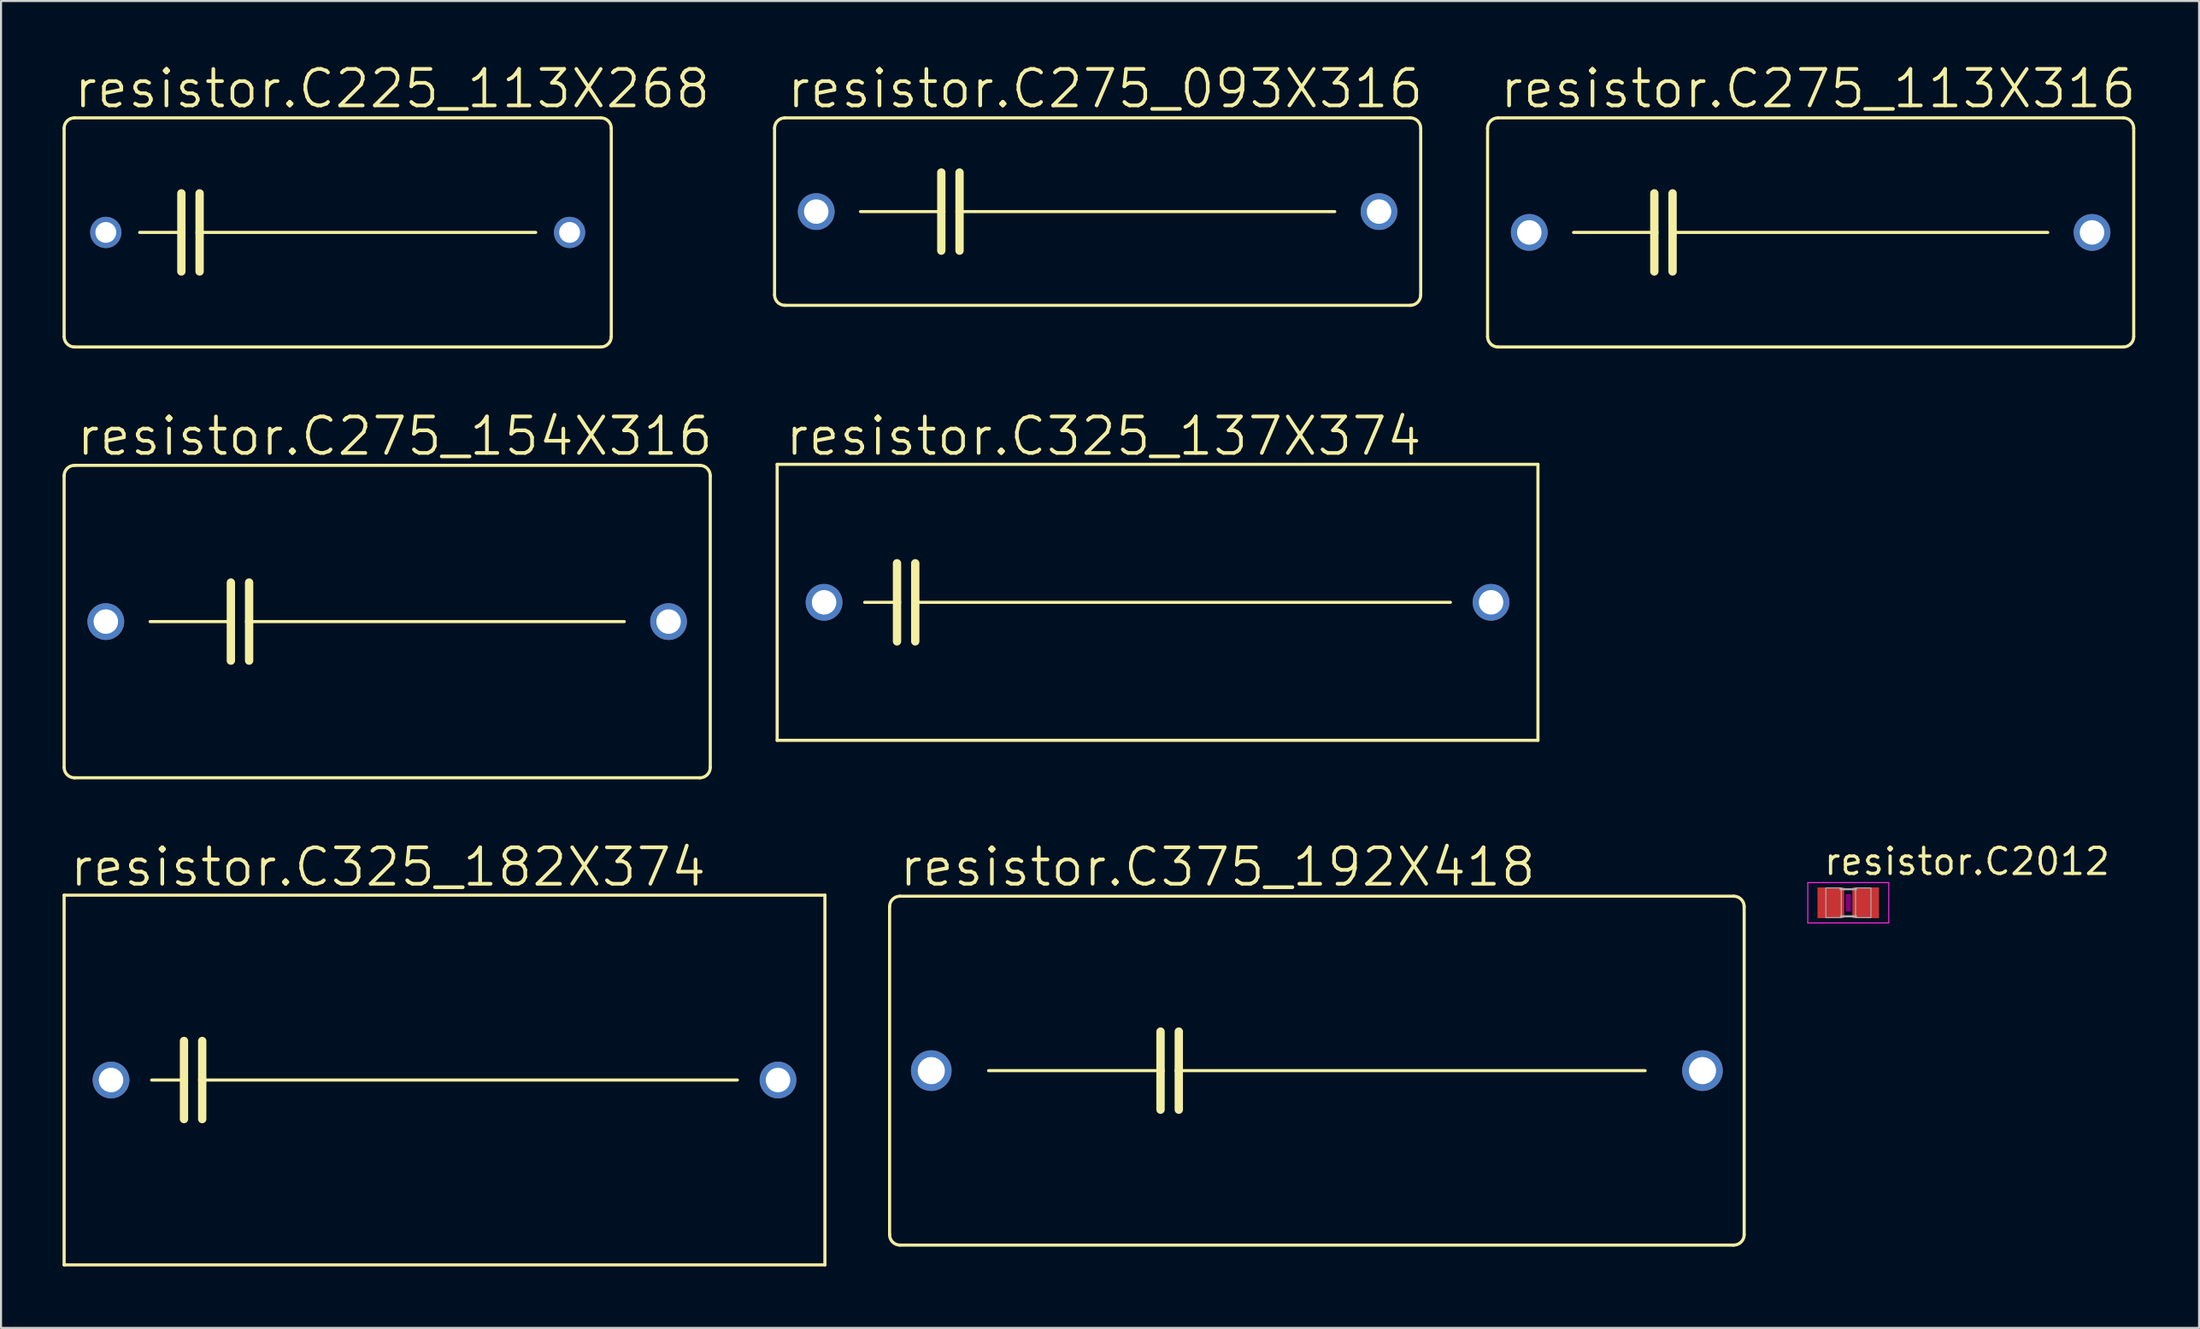
<source format=kicad_pcb>
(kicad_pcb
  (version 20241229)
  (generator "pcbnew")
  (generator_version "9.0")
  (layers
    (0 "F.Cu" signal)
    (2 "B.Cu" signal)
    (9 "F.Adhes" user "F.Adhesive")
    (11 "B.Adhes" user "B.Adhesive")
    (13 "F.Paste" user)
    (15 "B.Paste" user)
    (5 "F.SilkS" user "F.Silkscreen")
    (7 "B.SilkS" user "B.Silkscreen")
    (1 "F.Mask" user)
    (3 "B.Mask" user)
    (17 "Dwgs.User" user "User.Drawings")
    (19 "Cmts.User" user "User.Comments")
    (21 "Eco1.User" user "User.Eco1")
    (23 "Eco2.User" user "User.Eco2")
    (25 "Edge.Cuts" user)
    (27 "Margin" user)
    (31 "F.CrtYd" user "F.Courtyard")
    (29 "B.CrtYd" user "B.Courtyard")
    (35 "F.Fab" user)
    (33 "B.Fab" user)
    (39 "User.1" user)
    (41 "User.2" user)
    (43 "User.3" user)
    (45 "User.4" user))
  (footprint "resistor.C325_182X374"
    (layer "F.Cu")
    (at 18.618 49.632)
    (property "Reference" "resistor.C325_182X374" (at -18.364 -9.347 0) (layer "F.SilkS") (effects (font (size 1.778 1.778) (thickness 0.18)) (justify left bottom)))
    (attr through_hole)
    (fp_line (start -18.542 -9.017) (end -18.542 9.017) (stroke (width 0.152) (type default)) (layer "F.SilkS"))
    (fp_line (start -18.542 9.017) (end 18.542 9.017) (stroke (width 0.152) (type default)) (layer "F.SilkS"))
    (fp_line (start -14.275 0) (end -12.7 0) (stroke (width 0.152) (type default)) (layer "F.SilkS"))
    (fp_line (start -12.7 -1.905) (end -12.7 0) (stroke (width 0.406) (type default)) (layer "F.SilkS"))
    (fp_line (start -12.7 0) (end -12.7 1.905) (stroke (width 0.406) (type default)) (layer "F.SilkS"))
    (fp_line (start -11.811 -1.905) (end -11.811 0) (stroke (width 0.406) (type default)) (layer "F.SilkS"))
    (fp_line (start -11.811 0) (end -11.811 1.905) (stroke (width 0.406) (type default)) (layer "F.SilkS"))
    (fp_line (start -11.811 0) (end 14.275 0) (stroke (width 0.152) (type default)) (layer "F.SilkS"))
    (fp_line (start 18.542 -9.017) (end -18.542 -9.017) (stroke (width 0.152) (type default)) (layer "F.SilkS"))
    (fp_line (start 18.542 -9.017) (end 18.542 9.017) (stroke (width 0.152) (type default)) (layer "F.SilkS"))
    (pad "1" thru_hole circle (at -16.256 0) (size 1.791 1.791) (drill 1.194) (layers "*.Cu" "*.Mask"))
    (pad "2" thru_hole circle (at 16.256 0) (size 1.791 1.791) (drill 1.194) (layers "*.Cu" "*.Mask")))
  (footprint "resistor.C325_137X374"
    (layer "F.Cu")
    (at 53.375 26.33)
    (property "Reference" "resistor.C325_137X374" (at -18.237 -7.061 0) (layer "F.SilkS") (effects (font (size 1.778 1.778) (thickness 0.18)) (justify left bottom)))
    (attr through_hole)
    (fp_line (start -18.542 -6.731) (end -18.542 6.731) (stroke (width 0.152) (type default)) (layer "F.SilkS"))
    (fp_line (start -18.542 6.731) (end 18.542 6.731) (stroke (width 0.152) (type default)) (layer "F.SilkS"))
    (fp_line (start -14.275 0) (end -12.7 0) (stroke (width 0.152) (type default)) (layer "F.SilkS"))
    (fp_line (start -12.7 -1.905) (end -12.7 0) (stroke (width 0.406) (type default)) (layer "F.SilkS"))
    (fp_line (start -12.7 0) (end -12.7 1.905) (stroke (width 0.406) (type default)) (layer "F.SilkS"))
    (fp_line (start -11.811 -1.905) (end -11.811 0) (stroke (width 0.406) (type default)) (layer "F.SilkS"))
    (fp_line (start -11.811 0) (end -11.811 1.905) (stroke (width 0.406) (type default)) (layer "F.SilkS"))
    (fp_line (start -11.811 0) (end 14.275 0) (stroke (width 0.152) (type default)) (layer "F.SilkS"))
    (fp_line (start 18.542 -6.731) (end -18.542 -6.731) (stroke (width 0.152) (type default)) (layer "F.SilkS"))
    (fp_line (start 18.542 -6.731) (end 18.542 6.731) (stroke (width 0.152) (type default)) (layer "F.SilkS"))
    (pad "1" thru_hole circle (at -16.256 0) (size 1.791 1.791) (drill 1.194) (layers "*.Cu" "*.Mask"))
    (pad "2" thru_hole circle (at 16.256 0) (size 1.791 1.791) (drill 1.194) (layers "*.Cu" "*.Mask")))
  (footprint "resistor.C225_113X268"
    (layer "F.Cu")
    (at 13.411 8.287)
    (property "Reference" "resistor.C225_113X268" (at -12.954 -5.969 0) (layer "F.SilkS") (effects (font (size 1.778 1.778) (thickness 0.18)) (justify left bottom)))
    (attr through_hole)
    (fp_line (start -13.335 5.08) (end -13.335 -5.08) (stroke (width 0.152) (type default)) (layer "F.SilkS"))
    (fp_line (start -12.827 -5.588) (end 12.827 -5.588) (stroke (width 0.152) (type default)) (layer "F.SilkS"))
    (fp_line (start -9.652 0) (end -7.62 0) (stroke (width 0.152) (type default)) (layer "F.SilkS"))
    (fp_line (start -7.62 -1.905) (end -7.62 0) (stroke (width 0.406) (type default)) (layer "F.SilkS"))
    (fp_line (start -7.62 0) (end -7.62 1.905) (stroke (width 0.406) (type default)) (layer "F.SilkS"))
    (fp_line (start -6.731 -1.905) (end -6.731 0) (stroke (width 0.406) (type default)) (layer "F.SilkS"))
    (fp_line (start -6.731 0) (end -6.731 1.905) (stroke (width 0.406) (type default)) (layer "F.SilkS"))
    (fp_line (start -6.731 0) (end 9.652 0) (stroke (width 0.152) (type default)) (layer "F.SilkS"))
    (fp_line (start 12.827 5.588) (end -12.827 5.588) (stroke (width 0.152) (type default)) (layer "F.SilkS"))
    (fp_line (start 13.335 -5.08) (end 13.335 5.08) (stroke (width 0.152) (type default)) (layer "F.SilkS"))
    (fp_arc (start -13.335 -5.08) (mid -13.18621 -5.43921) (end -12.827 -5.588) (stroke (width 0.1524) (type default)) (layer "F.SilkS"))
    (fp_arc (start -12.827 5.588) (mid -13.18621 5.43921) (end -13.335 5.08) (stroke (width 0.1524) (type default)) (layer "F.SilkS"))
    (fp_arc (start 12.827 -5.588) (mid 13.18621 -5.43921) (end 13.335 -5.08) (stroke (width 0.1524) (type default)) (layer "F.SilkS"))
    (fp_arc (start 13.335 5.08) (mid 13.18621 5.43921) (end 12.827 5.588) (stroke (width 0.1524) (type default)) (layer "F.SilkS"))
    (pad "1" thru_hole circle (at -11.303 0) (size 1.524 1.524) (drill 1.016) (layers "*.Cu" "*.Mask"))
    (pad "2" thru_hole circle (at 11.303 0) (size 1.524 1.524) (drill 1.016) (layers "*.Cu" "*.Mask")))
  (footprint "resistor.C275_154X316"
    (layer "F.Cu")
    (at 15.824 27.27)
    (property "Reference" "resistor.C275_154X316" (at -15.24 -8.001 0) (layer "F.SilkS") (effects (font (size 1.778 1.778) (thickness 0.18)) (justify left bottom)))
    (attr through_hole)
    (fp_line (start -15.748 7.112) (end -15.748 -7.112) (stroke (width 0.152) (type default)) (layer "F.SilkS"))
    (fp_line (start -15.24 -7.62) (end 15.24 -7.62) (stroke (width 0.152) (type default)) (layer "F.SilkS"))
    (fp_line (start -11.557 0) (end -7.62 0) (stroke (width 0.152) (type default)) (layer "F.SilkS"))
    (fp_line (start -7.62 -1.905) (end -7.62 0) (stroke (width 0.406) (type default)) (layer "F.SilkS"))
    (fp_line (start -7.62 0) (end -7.62 1.905) (stroke (width 0.406) (type default)) (layer "F.SilkS"))
    (fp_line (start -6.731 -1.905) (end -6.731 0) (stroke (width 0.406) (type default)) (layer "F.SilkS"))
    (fp_line (start -6.731 0) (end -6.731 1.905) (stroke (width 0.406) (type default)) (layer "F.SilkS"))
    (fp_line (start -6.731 0) (end 11.557 0) (stroke (width 0.152) (type default)) (layer "F.SilkS"))
    (fp_line (start 15.24 7.62) (end -15.24 7.62) (stroke (width 0.152) (type default)) (layer "F.SilkS"))
    (fp_line (start 15.748 -7.112) (end 15.748 7.112) (stroke (width 0.152) (type default)) (layer "F.SilkS"))
    (fp_arc (start -15.748 -7.112) (mid -15.59921 -7.47121) (end -15.24 -7.62) (stroke (width 0.1524) (type default)) (layer "F.SilkS"))
    (fp_arc (start -15.24 7.62) (mid -15.59921 7.47121) (end -15.748 7.112) (stroke (width 0.1524) (type default)) (layer "F.SilkS"))
    (fp_arc (start 15.24 -7.62) (mid 15.59921 -7.47121) (end 15.748 -7.112) (stroke (width 0.1524) (type default)) (layer "F.SilkS"))
    (fp_arc (start 15.748 7.112) (mid 15.59921 7.47121) (end 15.24 7.62) (stroke (width 0.1524) (type default)) (layer "F.SilkS"))
    (pad "1" thru_hole circle (at -13.716 0) (size 1.791 1.791) (drill 1.194) (layers "*.Cu" "*.Mask"))
    (pad "2" thru_hole circle (at 13.716 0) (size 1.791 1.791) (drill 1.194) (layers "*.Cu" "*.Mask")))
  (footprint "resistor.C275_093X316"
    (layer "F.Cu")
    (at 50.454 7.271)
    (property "Reference" "resistor.C275_093X316" (at -15.24 -4.953 0) (layer "F.SilkS") (effects (font (size 1.778 1.778) (thickness 0.18)) (justify left bottom)))
    (attr through_hole)
    (fp_line (start -15.748 4.064) (end -15.748 -4.064) (stroke (width 0.152) (type default)) (layer "F.SilkS"))
    (fp_line (start -15.24 -4.572) (end 15.24 -4.572) (stroke (width 0.152) (type default)) (layer "F.SilkS"))
    (fp_line (start -11.557 0) (end -7.62 0) (stroke (width 0.152) (type default)) (layer "F.SilkS"))
    (fp_line (start -7.62 -1.905) (end -7.62 0) (stroke (width 0.406) (type default)) (layer "F.SilkS"))
    (fp_line (start -7.62 0) (end -7.62 1.905) (stroke (width 0.406) (type default)) (layer "F.SilkS"))
    (fp_line (start -6.731 -1.905) (end -6.731 0) (stroke (width 0.406) (type default)) (layer "F.SilkS"))
    (fp_line (start -6.731 0) (end -6.731 1.905) (stroke (width 0.406) (type default)) (layer "F.SilkS"))
    (fp_line (start -6.731 0) (end 11.557 0) (stroke (width 0.152) (type default)) (layer "F.SilkS"))
    (fp_line (start 15.24 4.572) (end -15.24 4.572) (stroke (width 0.152) (type default)) (layer "F.SilkS"))
    (fp_line (start 15.748 -4.064) (end 15.748 4.064) (stroke (width 0.152) (type default)) (layer "F.SilkS"))
    (fp_arc (start -15.748 -4.064) (mid -15.59921 -4.42321) (end -15.24 -4.572) (stroke (width 0.1524) (type default)) (layer "F.SilkS"))
    (fp_arc (start -15.24 4.572) (mid -15.59921 4.42321) (end -15.748 4.064) (stroke (width 0.1524) (type default)) (layer "F.SilkS"))
    (fp_arc (start 15.24 -4.572) (mid 15.59921 -4.42321) (end 15.748 -4.064) (stroke (width 0.1524) (type default)) (layer "F.SilkS"))
    (fp_arc (start 15.748 4.064) (mid 15.59921 4.42321) (end 15.24 4.572) (stroke (width 0.1524) (type default)) (layer "F.SilkS"))
    (pad "1" thru_hole circle (at -13.716 0) (size 1.791 1.791) (drill 1.194) (layers "*.Cu" "*.Mask"))
    (pad "2" thru_hole circle (at 13.716 0) (size 1.791 1.791) (drill 1.194) (layers "*.Cu" "*.Mask")))
  (footprint "resistor.C2012"
    (layer "F.Cu")
    (at 87.043 40.986)
    (property "Reference" "resistor.C2012" (at -1.27 -1.27 0) (layer "F.SilkS") (effects (font (size 1.27 1.27) (thickness 0.16)) (justify left bottom)))
    (attr smd)
    (fp_rect (start -0.1 0.4) (end 0.1 -0.4) (stroke (width 0.05) (type default)) (fill yes) (layer "F.Adhes"))
    (fp_line (start -1.973 -0.983) (end 1.973 -0.983) (stroke (width 0.051) (type default)) (layer "F.CrtYd"))
    (fp_line (start -1.973 0.983) (end -1.973 -0.983) (stroke (width 0.051) (type default)) (layer "F.CrtYd"))
    (fp_line (start 1.973 -0.983) (end 1.973 0.983) (stroke (width 0.051) (type default)) (layer "F.CrtYd"))
    (fp_line (start 1.973 0.983) (end -1.973 0.983) (stroke (width 0.051) (type default)) (layer "F.CrtYd"))
    (fp_line (start -0.381 -0.66) (end 0.381 -0.66) (stroke (width 0.102) (type default)) (layer "F.Fab"))
    (fp_line (start -0.356 0.66) (end 0.381 0.66) (stroke (width 0.102) (type default)) (layer "F.Fab"))
    (fp_rect (start -1.092 0.724) (end -0.342 -0.726) (stroke (width 0.05) (type default)) (fill no) (layer "F.Fab"))
    (fp_rect (start 0.356 0.724) (end 1.106 -0.726) (stroke (width 0.05) (type default)) (fill no) (layer "F.Fab"))
    (pad "1" smd roundrect (at -0.85 0) (size 1.3 1.5) (layers "F.Cu" "F.Mask" "F.Paste") (roundrect_rratio 0.01))
    (pad "2" smd roundrect (at 0.85 0) (size 1.3 1.5) (layers "F.Cu" "F.Mask" "F.Paste") (roundrect_rratio 0.01)))
  (footprint "resistor.C375_192X418"
    (layer "F.Cu")
    (at 61.141 49.174)
    (property "Reference" "resistor.C375_192X418" (at -20.447 -8.89 0) (layer "F.SilkS") (effects (font (size 1.778 1.778) (thickness 0.18)) (justify left bottom)))
    (attr through_hole)
    (fp_line (start -20.828 8.001) (end -20.828 -8.001) (stroke (width 0.152) (type default)) (layer "F.SilkS"))
    (fp_line (start -20.32 -8.509) (end 20.32 -8.509) (stroke (width 0.152) (type default)) (layer "F.SilkS"))
    (fp_line (start -16.002 0) (end -7.62 0) (stroke (width 0.152) (type default)) (layer "F.SilkS"))
    (fp_line (start -7.62 -1.905) (end -7.62 0) (stroke (width 0.406) (type default)) (layer "F.SilkS"))
    (fp_line (start -7.62 0) (end -7.62 1.905) (stroke (width 0.406) (type default)) (layer "F.SilkS"))
    (fp_line (start -6.731 -1.905) (end -6.731 0) (stroke (width 0.406) (type default)) (layer "F.SilkS"))
    (fp_line (start -6.731 0) (end -6.731 1.905) (stroke (width 0.406) (type default)) (layer "F.SilkS"))
    (fp_line (start -6.731 0) (end 16.002 0) (stroke (width 0.152) (type default)) (layer "F.SilkS"))
    (fp_line (start 20.32 8.509) (end -20.32 8.509) (stroke (width 0.152) (type default)) (layer "F.SilkS"))
    (fp_line (start 20.828 -8.001) (end 20.828 8.001) (stroke (width 0.152) (type default)) (layer "F.SilkS"))
    (fp_arc (start -20.828 -8.001) (mid -20.67921 -8.36021) (end -20.32 -8.509) (stroke (width 0.1524) (type default)) (layer "F.SilkS"))
    (fp_arc (start -20.32 8.509) (mid -20.67921 8.36021) (end -20.828 8.001) (stroke (width 0.1524) (type default)) (layer "F.SilkS"))
    (fp_arc (start 20.32 -8.509) (mid 20.67921 -8.36021) (end 20.828 -8.001) (stroke (width 0.1524) (type default)) (layer "F.SilkS"))
    (fp_arc (start 20.828 8.001) (mid 20.67921 8.36021) (end 20.32 8.509) (stroke (width 0.1524) (type default)) (layer "F.SilkS"))
    (pad "1" thru_hole circle (at -18.796 0) (size 1.981 1.981) (drill 1.321) (layers "*.Cu" "*.Mask"))
    (pad "2" thru_hole circle (at 18.796 0) (size 1.981 1.981) (drill 1.321) (layers "*.Cu" "*.Mask")))
  (footprint "resistor.C275_113X316"
    (layer "F.Cu")
    (at 85.21 8.287)
    (property "Reference" "resistor.C275_113X316" (at -15.24 -5.969 0) (layer "F.SilkS") (effects (font (size 1.778 1.778) (thickness 0.18)) (justify left bottom)))
    (attr through_hole)
    (fp_line (start -15.748 5.08) (end -15.748 -5.08) (stroke (width 0.152) (type default)) (layer "F.SilkS"))
    (fp_line (start -15.24 -5.588) (end 15.24 -5.588) (stroke (width 0.152) (type default)) (layer "F.SilkS"))
    (fp_line (start -11.557 0) (end -7.62 0) (stroke (width 0.152) (type default)) (layer "F.SilkS"))
    (fp_line (start -7.62 -1.905) (end -7.62 0) (stroke (width 0.406) (type default)) (layer "F.SilkS"))
    (fp_line (start -7.62 0) (end -7.62 1.905) (stroke (width 0.406) (type default)) (layer "F.SilkS"))
    (fp_line (start -6.731 -1.905) (end -6.731 0) (stroke (width 0.406) (type default)) (layer "F.SilkS"))
    (fp_line (start -6.731 0) (end -6.731 1.905) (stroke (width 0.406) (type default)) (layer "F.SilkS"))
    (fp_line (start -6.731 0) (end 11.557 0) (stroke (width 0.152) (type default)) (layer "F.SilkS"))
    (fp_line (start 15.24 5.588) (end -15.24 5.588) (stroke (width 0.152) (type default)) (layer "F.SilkS"))
    (fp_line (start 15.748 -5.08) (end 15.748 5.08) (stroke (width 0.152) (type default)) (layer "F.SilkS"))
    (fp_arc (start -15.748 -5.08) (mid -15.59921 -5.43921) (end -15.24 -5.588) (stroke (width 0.1524) (type default)) (layer "F.SilkS"))
    (fp_arc (start -15.24 5.588) (mid -15.59921 5.43921) (end -15.748 5.08) (stroke (width 0.1524) (type default)) (layer "F.SilkS"))
    (fp_arc (start 15.24 -5.588) (mid 15.59921 -5.43921) (end 15.748 -5.08) (stroke (width 0.1524) (type default)) (layer "F.SilkS"))
    (fp_arc (start 15.748 5.08) (mid 15.59921 5.43921) (end 15.24 5.588) (stroke (width 0.1524) (type default)) (layer "F.SilkS"))
    (pad "1" thru_hole circle (at -13.716 0) (size 1.791 1.791) (drill 1.194) (layers "*.Cu" "*.Mask"))
    (pad "2" thru_hole circle (at 13.716 0) (size 1.791 1.791) (drill 1.194) (layers "*.Cu" "*.Mask")))
  (gr_rect
    (start -3 -3)
    (end 104.143 61.725)
    (stroke (width 0.1) (type default))
    (fill no)
    (layer "Edge.Cuts")))
</source>
